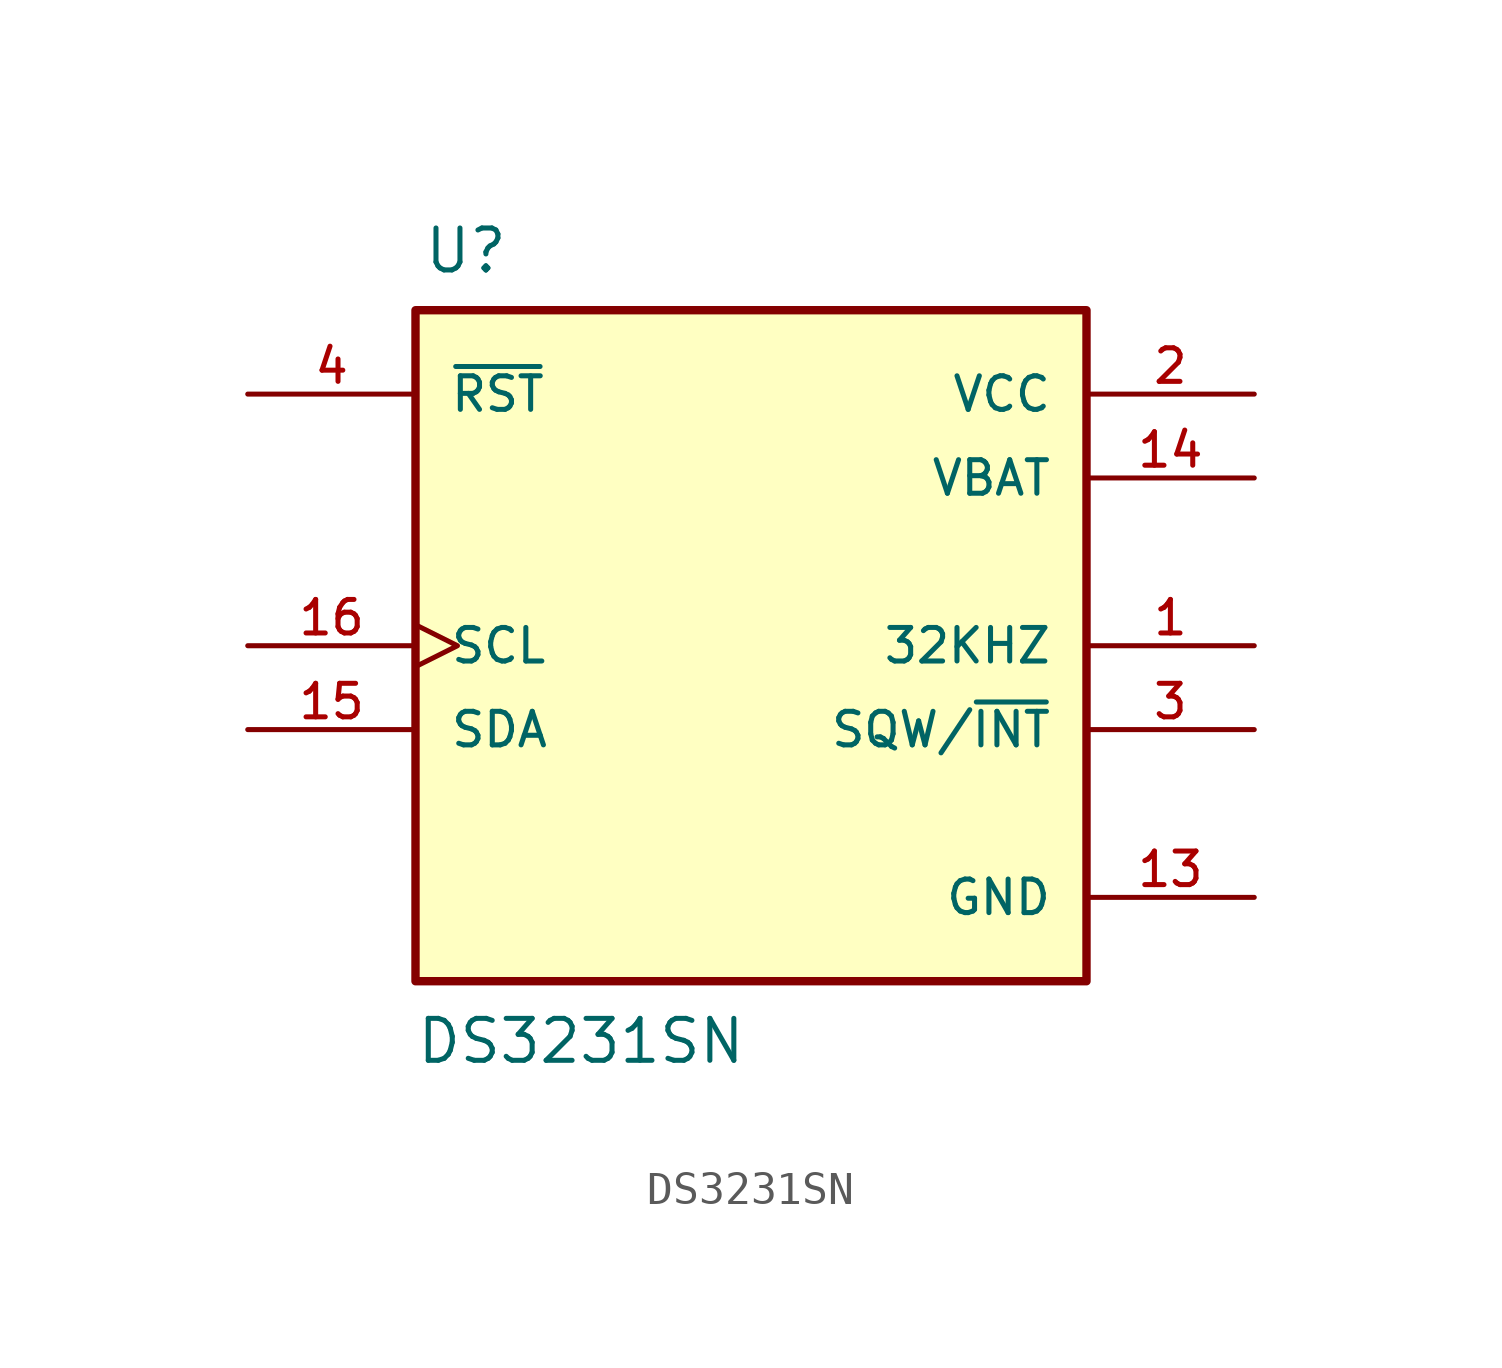
<source format=kicad_sym>
(kicad_symbol_lib
  (version 20211014)
  (generator kicad_symbol_editor)
  (symbol "DS3231SN"
    (pin_names
      (offset 1.016))
    (property "Reference" "U"
      (at -9.942 11.217 0)
      (effects (font (size 1.27 1.27)) (justify bottom left)))
    (property "Value" "DS3231SN"
      (at -10.175 -12.718 0)
      (effects (font (size 1.27 1.27)) (justify bottom left)))
    (symbol "DS3231SN_0_0"
      (rectangle (start -10.16 -10.16) (end 10.16 10.16) (stroke (width 0.254)) (fill (type background)))
      (pin power_in line (at 15.24 5.08 180.0) (length 5.08) (name "VBAT" (effects (font (size 1.016 1.016)))) (number "14" (effects (font (size 1.016 1.016)))))
      (pin output line (at 15.24 0.0 180.0) (length 5.08) (name "32KHZ" (effects (font (size 1.016 1.016)))) (number "1" (effects (font (size 1.016 1.016)))))
      (pin input line (at -15.24 7.62 0) (length 5.08) (name "~{RST}" (effects (font (size 1.016 1.016)))) (number "4" (effects (font (size 1.016 1.016)))))
      (pin output line (at 15.24 -2.54 180.0) (length 5.08) (name "SQW/~{INT}" (effects (font (size 1.016 1.016)))) (number "3" (effects (font (size 1.016 1.016)))))
      (pin input clock (at -15.24 0.0 0) (length 5.08) (name "SCL" (effects (font (size 1.016 1.016)))) (number "16" (effects (font (size 1.016 1.016)))))
      (pin bidirectional line (at -15.24 -2.54 0) (length 5.08) (name "SDA" (effects (font (size 1.016 1.016)))) (number "15" (effects (font (size 1.016 1.016)))))
      (pin power_in line (at 15.24 -7.62 180.0) (length 5.08) (name "GND" (effects (font (size 1.016 1.016)))) (number "13" (effects (font (size 1.016 1.016)))))
      (pin power_in line (at 15.24 7.62 180.0) (length 5.08) (name "VCC" (effects (font (size 1.016 1.016)))) (number "2" (effects (font (size 1.016 1.016))))))))
</source>
